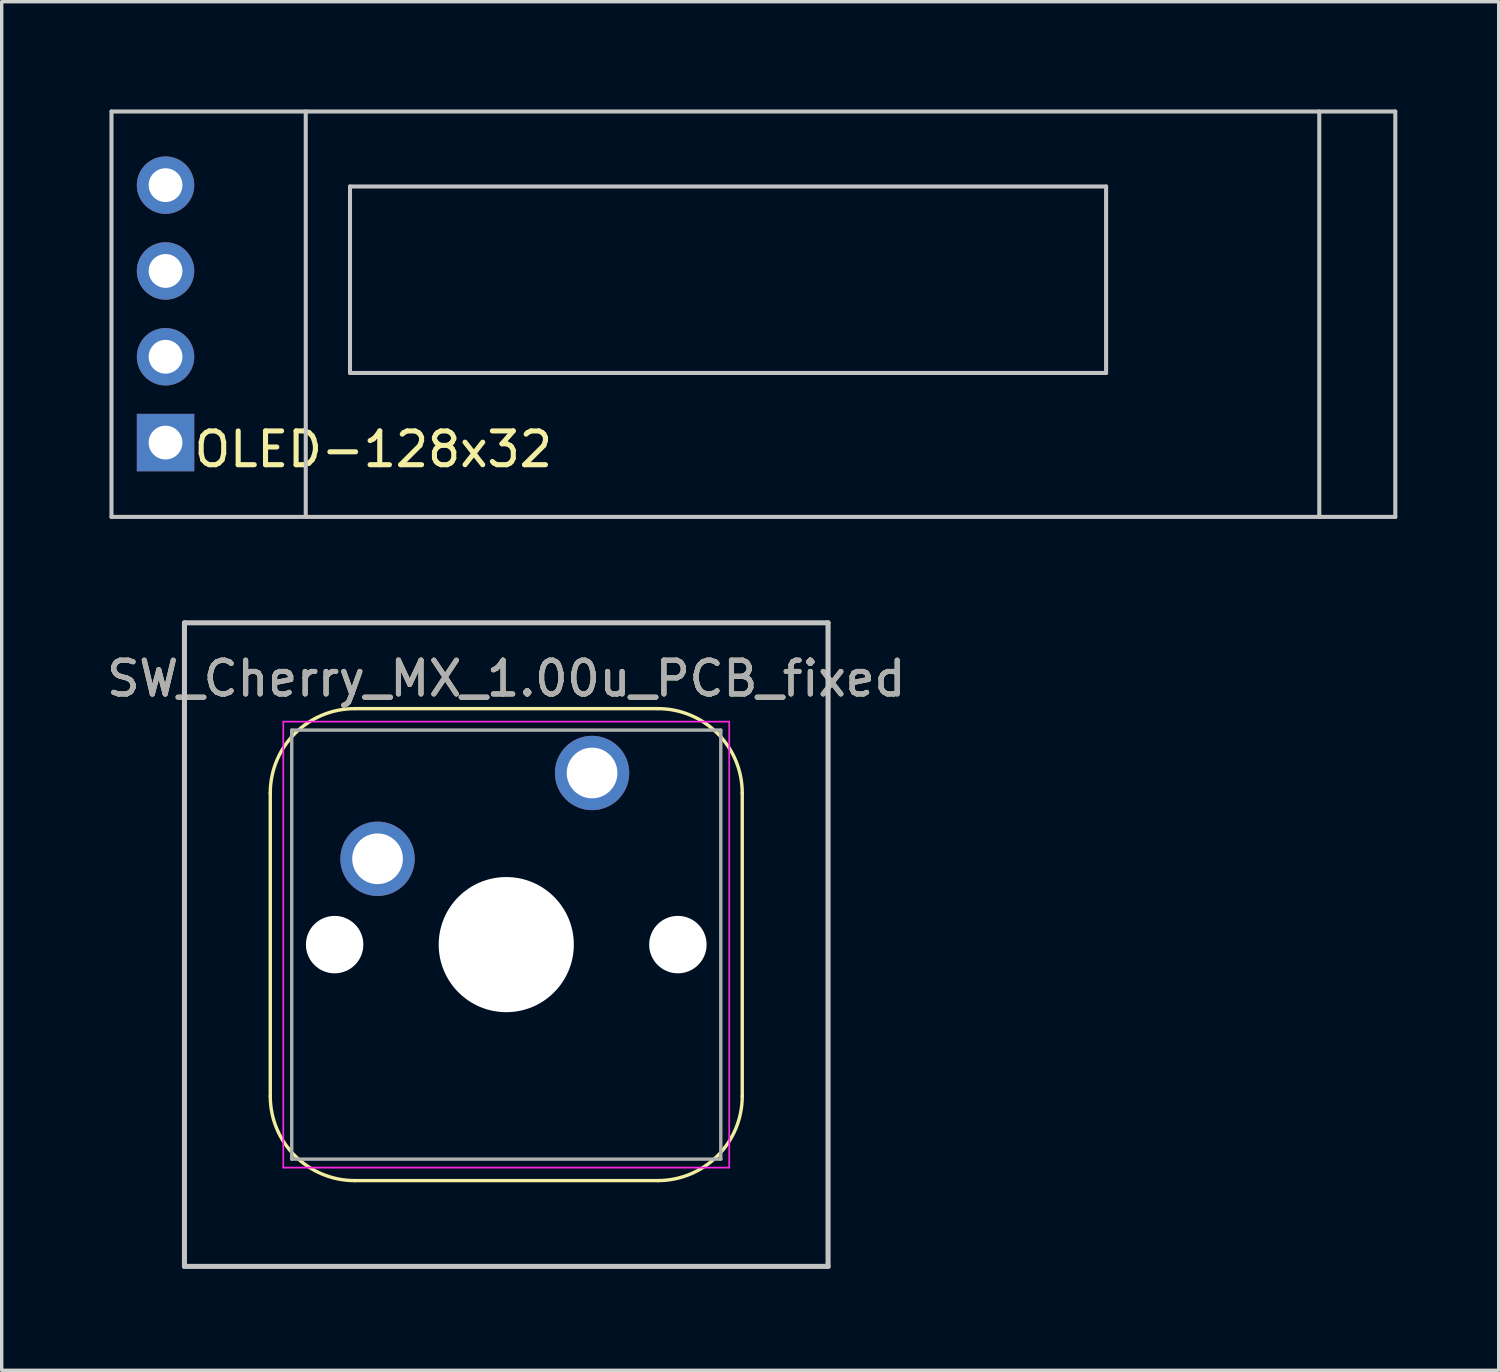
<source format=kicad_pcb>
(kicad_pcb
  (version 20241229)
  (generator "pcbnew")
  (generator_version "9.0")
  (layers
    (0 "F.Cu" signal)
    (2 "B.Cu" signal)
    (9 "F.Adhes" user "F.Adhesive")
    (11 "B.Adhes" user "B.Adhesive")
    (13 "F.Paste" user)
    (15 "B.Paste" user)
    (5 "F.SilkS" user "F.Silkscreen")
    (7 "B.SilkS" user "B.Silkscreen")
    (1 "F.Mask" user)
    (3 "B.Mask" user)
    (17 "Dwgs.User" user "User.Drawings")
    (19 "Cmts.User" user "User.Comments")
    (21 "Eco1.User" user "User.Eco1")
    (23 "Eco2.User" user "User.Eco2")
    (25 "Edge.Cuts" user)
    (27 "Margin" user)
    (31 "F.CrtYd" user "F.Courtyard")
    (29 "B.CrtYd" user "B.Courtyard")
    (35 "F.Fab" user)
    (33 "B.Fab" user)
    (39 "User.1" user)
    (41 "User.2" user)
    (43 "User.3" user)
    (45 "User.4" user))
  (footprint "SW_Cherry_MX_1.00u_PCB_fixed"
    (layer "F.Cu")
    (at 14.475 19.83)
    (property "Reference" "SW_Cherry_MX_1.00u_PCB_fixed" (at -2.54 -2.794 0) (layer "F.SilkS") (effects (font (size 1 1) (thickness 0.15))))
    (attr through_hole)
    (fp_line (start -9.525 9.565) (end -9.525 0.595) (stroke (width 0.1) (type default)) (layer "F.SilkS"))
    (fp_line (start -7.025 -1.905) (end 1.945 -1.905) (stroke (width 0.1) (type default)) (layer "F.SilkS"))
    (fp_line (start 1.945 12.065) (end -7.025 12.065) (stroke (width 0.1) (type default)) (layer "F.SilkS"))
    (fp_line (start 4.445 0.595) (end 4.445 9.565) (stroke (width 0.1) (type default)) (layer "F.SilkS"))
    (fp_arc (start -9.525 0.595) (mid -8.792767 -1.172767) (end -7.025 -1.905) (stroke (width 0.1) (type default)) (layer "F.SilkS"))
    (fp_arc (start -7.025 12.065) (mid -8.792767 11.332767) (end -9.525 9.565) (stroke (width 0.1) (type default)) (layer "F.SilkS"))
    (fp_arc (start 1.945 -1.905) (mid 3.712767 -1.172767) (end 4.445 0.595) (stroke (width 0.1) (type default)) (layer "F.SilkS"))
    (fp_arc (start 4.445 9.565) (mid 3.712767 11.332767) (end 1.945 12.065) (stroke (width 0.1) (type default)) (layer "F.SilkS"))
    (fp_line (start -12.065 -4.445) (end 6.985 -4.445) (stroke (width 0.15) (type solid)) (layer "Dwgs.User"))
    (fp_line (start -12.065 14.605) (end -12.065 -4.445) (stroke (width 0.15) (type solid)) (layer "Dwgs.User"))
    (fp_line (start 6.985 -4.445) (end 6.985 14.605) (stroke (width 0.15) (type solid)) (layer "Dwgs.User"))
    (fp_line (start 6.985 14.605) (end -12.065 14.605) (stroke (width 0.15) (type solid)) (layer "Dwgs.User"))
    (fp_line (start -9.14 -1.52) (end 4.06 -1.52) (stroke (width 0.05) (type solid)) (layer "F.CrtYd"))
    (fp_line (start -9.14 11.68) (end -9.14 -1.52) (stroke (width 0.05) (type solid)) (layer "F.CrtYd"))
    (fp_line (start 4.06 -1.52) (end 4.06 11.68) (stroke (width 0.05) (type solid)) (layer "F.CrtYd"))
    (fp_line (start 4.06 11.68) (end -9.14 11.68) (stroke (width 0.05) (type solid)) (layer "F.CrtYd"))
    (fp_line (start -8.89 -1.27) (end 3.81 -1.27) (stroke (width 0.1) (type solid)) (layer "F.Fab"))
    (fp_line (start -8.89 11.43) (end -8.89 -1.27) (stroke (width 0.1) (type solid)) (layer "F.Fab"))
    (fp_line (start 3.81 -1.27) (end 3.81 11.43) (stroke (width 0.1) (type solid)) (layer "F.Fab"))
    (fp_line (start 3.81 11.43) (end -8.89 11.43) (stroke (width 0.1) (type solid)) (layer "F.Fab"))
    (fp_text user "${REFERENCE}" (at -2.54 -2.794 0) (layer "F.Fab") (effects (font (size 1 1) (thickness 0.15))))
    (pad "" np_thru_hole circle (at -7.62 5.08) (size 1.7 1.7) (drill 1.7) (layers "*.Cu" "*.Mask"))
    (pad "" np_thru_hole circle (at -2.54 5.08) (size 4 4) (drill 4) (layers "*.Cu" "*.Mask"))
    (pad "" np_thru_hole circle (at 2.54 5.08) (size 1.7 1.7) (drill 1.7) (layers "*.Cu" "*.Mask"))
    (pad "1" thru_hole circle (at 0 0) (size 2.2 2.2) (drill 1.5) (layers "*.Cu" "*.Mask"))
    (pad "2" thru_hole circle (at -6.35 2.54) (size 2.2 2.2) (drill 1.5) (layers "*.Cu" "*.Mask")))
  (footprint "OLED-128x32"
    (layer "F.Cu")
    (at 0.25 0.25)
    (property "Reference" "OLED-128x32" (at 7.75 10 0) (layer "F.SilkS") (effects (font (size 1 1) (thickness 0.15))))
    (attr through_hole exclude_from_pos_files)
    (fp_line (start 0 0) (end 0 12) (stroke (width 0.12) (type solid)) (layer "Dwgs.User"))
    (fp_line (start 0 0) (end 38 0) (stroke (width 0.12) (type solid)) (layer "Dwgs.User"))
    (fp_line (start 5.75 0) (end 5.75 12) (stroke (width 0.12) (type solid)) (layer "Dwgs.User"))
    (fp_line (start 7.06 2.22) (end 7.06 7.74) (stroke (width 0.12) (type solid)) (layer "Dwgs.User"))
    (fp_line (start 7.06 2.22) (end 29.44 2.22) (stroke (width 0.12) (type solid)) (layer "Dwgs.User"))
    (fp_line (start 7.06 7.74) (end 29.44 7.74) (stroke (width 0.12) (type solid)) (layer "Dwgs.User"))
    (fp_line (start 29.44 7.74) (end 29.44 2.22) (stroke (width 0.12) (type solid)) (layer "Dwgs.User"))
    (fp_line (start 35.75 0) (end 35.75 12) (stroke (width 0.12) (type solid)) (layer "Dwgs.User"))
    (fp_line (start 38 0) (end 38 12) (stroke (width 0.12) (type solid)) (layer "Dwgs.User"))
    (fp_line (start 38 12) (end 0 12) (stroke (width 0.12) (type solid)) (layer "Dwgs.User"))
    (pad "1" thru_hole rect (at 1.6 9.8 180) (size 1.7 1.7) (drill 1) (layers "*.Cu" "*.Mask"))
    (pad "2" thru_hole oval (at 1.6 7.26 180) (size 1.7 1.7) (drill 1) (layers "*.Cu" "*.Mask"))
    (pad "3" thru_hole oval (at 1.6 4.72 180) (size 1.7 1.7) (drill 1) (layers "*.Cu" "*.Mask"))
    (pad "4" thru_hole oval (at 1.6 2.18 180) (size 1.7 1.7) (drill 1) (layers "*.Cu" "*.Mask")))
  (gr_rect
    (start -3 -3)
    (end 41.31 37.51)
    (stroke (width 0.1) (type default))
    (fill no)
    (layer "Edge.Cuts")))
</source>
